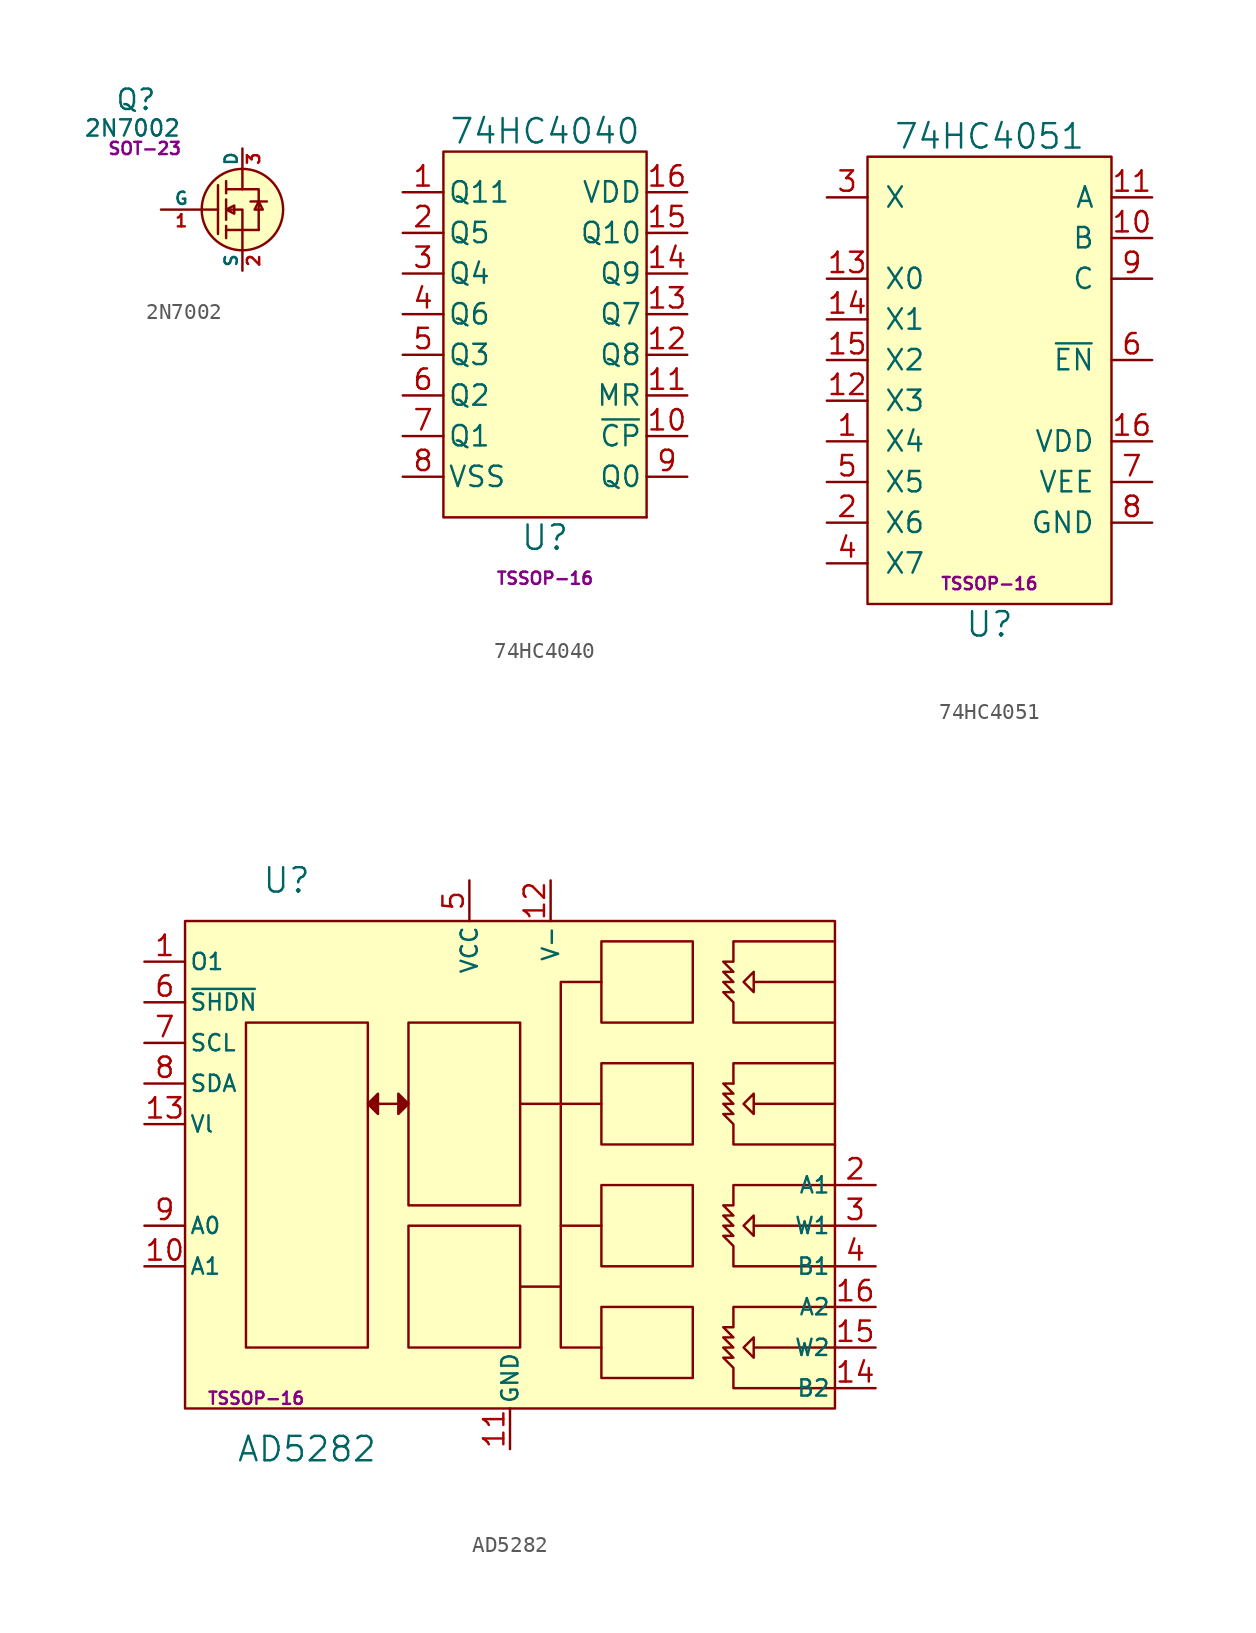
<source format=kicad_sym>
(kicad_symbol_lib
  (version 20220914)
  (generator kicad_symbol_editor)
  (symbol "2N7002"
    (pin_names
      (offset 0))
    (property "Reference" "Q"
      (at -5.334 6.858 0)
      (effects (font (size 1.27 1.27)) (justify right)))
    (property "Value" "2N7002"
      (at -3.81 5.08 0)
      (effects (font (size 1.016 1.016)) (justify right)))
    (property "Footprint" "SOT-23"
      (at -6.096 3.81 0)
      (effects (font (size 0.762 0.762))))
    (property "Datasheet" ""
      (at -1.27 0 0)
      (effects (font (size 1.524 1.524))))
    (symbol "2N7002_0_1"
      (polyline (pts (xy -2.54 0) (xy -1.524 0)) (stroke (width 0) (type default)) (fill (type none)))
      (polyline (pts (xy -1.524 -1.524) (xy -1.524 1.524)) (stroke (width 0) (type default)) (fill (type none)))
      (polyline (pts (xy -1.016 -1.016) (xy -1.016 -1.778)) (stroke (width 0) (type default)) (fill (type none)))
      (polyline (pts (xy -1.016 0.635) (xy -1.016 -0.635)) (stroke (width 0) (type default)) (fill (type none)))
      (polyline (pts (xy -1.016 1.27) (xy 0 1.27)) (stroke (width 0) (type default)) (fill (type none)))
      (polyline (pts (xy -1.016 1.778) (xy -1.016 1.016)) (stroke (width 0) (type default)) (fill (type none)))
      (polyline (pts (xy 0 -1.27) (xy -1.016 -1.27)) (stroke (width 0) (type default)) (fill (type none)))
      (polyline (pts (xy 0 -1.27) (xy 0 -2.54)) (stroke (width 0) (type default)) (fill (type none)))
      (polyline (pts (xy 0 2.54) (xy 0 1.27)) (stroke (width 0) (type default)) (fill (type none)))
      (polyline (pts (xy 0.508 0.508) (xy 1.524 0.508)) (stroke (width 0) (type default)) (fill (type none)))
      (polyline (pts (xy 1.016 -1.27) (xy 0 -1.27)) (stroke (width 0) (type default)) (fill (type none)))
      (polyline (pts (xy 0 -1.27) (xy 0 0) (xy -1.016 0)) (stroke (width 0) (type default)) (fill (type none)))
      (polyline (pts (xy 0 1.27) (xy 1.016 1.27) (xy 1.016 -1.27)) (stroke (width 0) (type default)) (fill (type none)))
      (polyline (pts (xy -1.016 0) (xy -0.508 0.254) (xy -0.508 -0.254) (xy -1.016 0)) (stroke (width 0) (type default)) (fill (type none)))
      (polyline (pts (xy 1.016 0.508) (xy 0.762 0) (xy 1.27 0) (xy 1.016 0.508)) (stroke (width 0) (type default)) (fill (type none)))
      (circle (center 0 0) (radius 2.54) (stroke (width 0) (type default)) (fill (type background))))
    (symbol "2N7002_1_1"
      (pin input line (at -5.08 0 0) (length 2.54) (name "G" (effects (font (size 0.762 0.762)))) (number "1" (effects (font (size 0.762 0.762)))))
      (pin passive line (at 0 -3.81 90) (length 1.27) (name "S" (effects (font (size 0.762 0.762)))) (number "2" (effects (font (size 0.762 0.762)))))
      (pin passive line (at 0 3.81 270) (length 1.27) (name "D" (effects (font (size 0.762 0.762)))) (number "3" (effects (font (size 0.762 0.762)))))))
  (symbol "74HC4040"
    (pin_names
      (offset 0.254))
    (property "Reference" "U"
      (at 0 -12.7 0)
      (effects (font (size 1.524 1.524))))
    (property "Value" "74HC4040"
      (at 0 12.7 0)
      (effects (font (size 1.524 1.524))))
    (property "Footprint" "TSSOP-16"
      (at 0 -15.24 0)
      (effects (font (size 0.762 0.762))))
    (property "Datasheet" ""
      (at 0 0 0)
      (effects (font (size 1.524 1.524))))
    (symbol "74HC4040_0_1"
      (rectangle (start -6.35 11.43) (end 6.35 -11.43) (stroke (width 0) (type default)) (fill (type background)))
      (rectangle (start 6.35 -11.43) (end 6.35 -11.43) (stroke (width 0) (type default)) (fill (type none))))
    (symbol "74HC4040_1_1"
      (pin bidirectional line (at -8.89 8.89 0) (length 2.54) (name "Q11" (effects (font (size 1.27 1.27)))) (number "1" (effects (font (size 1.27 1.27)))))
      (pin bidirectional line (at 8.89 -6.35 180) (length 2.54) (name "~{CP}" (effects (font (size 1.27 1.27)))) (number "10" (effects (font (size 1.27 1.27)))))
      (pin bidirectional line (at 8.89 -3.81 180) (length 2.54) (name "MR" (effects (font (size 1.27 1.27)))) (number "11" (effects (font (size 1.27 1.27)))))
      (pin bidirectional line (at 8.89 -1.27 180) (length 2.54) (name "Q8" (effects (font (size 1.27 1.27)))) (number "12" (effects (font (size 1.27 1.27)))))
      (pin bidirectional line (at 8.89 1.27 180) (length 2.54) (name "Q7" (effects (font (size 1.27 1.27)))) (number "13" (effects (font (size 1.27 1.27)))))
      (pin bidirectional line (at 8.89 3.81 180) (length 2.54) (name "Q9" (effects (font (size 1.27 1.27)))) (number "14" (effects (font (size 1.27 1.27)))))
      (pin bidirectional line (at 8.89 6.35 180) (length 2.54) (name "Q10" (effects (font (size 1.27 1.27)))) (number "15" (effects (font (size 1.27 1.27)))))
      (pin bidirectional line (at 8.89 8.89 180) (length 2.54) (name "VDD" (effects (font (size 1.27 1.27)))) (number "16" (effects (font (size 1.27 1.27)))))
      (pin bidirectional line (at -8.89 6.35 0) (length 2.54) (name "Q5" (effects (font (size 1.27 1.27)))) (number "2" (effects (font (size 1.27 1.27)))))
      (pin bidirectional line (at -8.89 3.81 0) (length 2.54) (name "Q4" (effects (font (size 1.27 1.27)))) (number "3" (effects (font (size 1.27 1.27)))))
      (pin bidirectional line (at -8.89 1.27 0) (length 2.54) (name "Q6" (effects (font (size 1.27 1.27)))) (number "4" (effects (font (size 1.27 1.27)))))
      (pin bidirectional line (at -8.89 -1.27 0) (length 2.54) (name "Q3" (effects (font (size 1.27 1.27)))) (number "5" (effects (font (size 1.27 1.27)))))
      (pin bidirectional line (at -8.89 -3.81 0) (length 2.54) (name "Q2" (effects (font (size 1.27 1.27)))) (number "6" (effects (font (size 1.27 1.27)))))
      (pin bidirectional line (at -8.89 -6.35 0) (length 2.54) (name "Q1" (effects (font (size 1.27 1.27)))) (number "7" (effects (font (size 1.27 1.27)))))
      (pin bidirectional line (at -8.89 -8.89 0) (length 2.54) (name "VSS" (effects (font (size 1.27 1.27)))) (number "8" (effects (font (size 1.27 1.27)))))
      (pin bidirectional line (at 8.89 -8.89 180) (length 2.54) (name "Q0" (effects (font (size 1.27 1.27)))) (number "9" (effects (font (size 1.27 1.27)))))))
  (symbol "74HC4051"
    (pin_names
      (offset 1.016))
    (property "Reference" "U"
      (at 0 -15.24 0)
      (effects (font (size 1.524 1.524))))
    (property "Value" "74HC4051"
      (at 0 15.24 0)
      (effects (font (size 1.524 1.524))))
    (property "Footprint" "TSSOP-16"
      (at 0 -12.7 0)
      (effects (font (size 0.762 0.762))))
    (property "Datasheet" ""
      (at 0 0 0)
      (effects (font (size 1.524 1.524))))
    (symbol "74HC4051_0_1"
      (rectangle (start -7.62 13.97) (end 7.62 -13.97) (stroke (width 0) (type default)) (fill (type background))))
    (symbol "74HC4051_1_1"
      (pin bidirectional line (at -10.16 -3.81 0) (length 2.54) (name "X4" (effects (font (size 1.27 1.27)))) (number "1" (effects (font (size 1.27 1.27)))))
      (pin bidirectional line (at 10.16 8.89 180) (length 2.54) (name "B" (effects (font (size 1.27 1.27)))) (number "10" (effects (font (size 1.27 1.27)))))
      (pin bidirectional line (at 10.16 11.43 180) (length 2.54) (name "A" (effects (font (size 1.27 1.27)))) (number "11" (effects (font (size 1.27 1.27)))))
      (pin bidirectional line (at -10.16 -1.27 0) (length 2.54) (name "X3" (effects (font (size 1.27 1.27)))) (number "12" (effects (font (size 1.27 1.27)))))
      (pin bidirectional line (at -10.16 6.35 0) (length 2.54) (name "X0" (effects (font (size 1.27 1.27)))) (number "13" (effects (font (size 1.27 1.27)))))
      (pin bidirectional line (at -10.16 3.81 0) (length 2.54) (name "X1" (effects (font (size 1.27 1.27)))) (number "14" (effects (font (size 1.27 1.27)))))
      (pin bidirectional line (at -10.16 1.27 0) (length 2.54) (name "X2" (effects (font (size 1.27 1.27)))) (number "15" (effects (font (size 1.27 1.27)))))
      (pin bidirectional line (at 10.16 -3.81 180) (length 2.54) (name "VDD" (effects (font (size 1.27 1.27)))) (number "16" (effects (font (size 1.27 1.27)))))
      (pin bidirectional line (at -10.16 -8.89 0) (length 2.54) (name "X6" (effects (font (size 1.27 1.27)))) (number "2" (effects (font (size 1.27 1.27)))))
      (pin bidirectional line (at -10.16 11.43 0) (length 2.54) (name "X" (effects (font (size 1.27 1.27)))) (number "3" (effects (font (size 1.27 1.27)))))
      (pin bidirectional line (at -10.16 -11.43 0) (length 2.54) (name "X7" (effects (font (size 1.27 1.27)))) (number "4" (effects (font (size 1.27 1.27)))))
      (pin bidirectional line (at -10.16 -6.35 0) (length 2.54) (name "X5" (effects (font (size 1.27 1.27)))) (number "5" (effects (font (size 1.27 1.27)))))
      (pin bidirectional line (at 10.16 1.27 180) (length 2.54) (name "~{EN}" (effects (font (size 1.27 1.27)))) (number "6" (effects (font (size 1.27 1.27)))))
      (pin bidirectional line (at 10.16 -6.35 180) (length 2.54) (name "VEE" (effects (font (size 1.27 1.27)))) (number "7" (effects (font (size 1.27 1.27)))))
      (pin bidirectional line (at 10.16 -8.89 180) (length 2.54) (name "GND" (effects (font (size 1.27 1.27)))) (number "8" (effects (font (size 1.27 1.27)))))
      (pin bidirectional line (at 10.16 6.35 180) (length 2.54) (name "C" (effects (font (size 1.27 1.27)))) (number "9" (effects (font (size 1.27 1.27)))))))
  (symbol "AD5282"
    (pin_names
      (offset 0.254))
    (property "Reference" "U"
      (at -13.97 17.78 0)
      (effects (font (size 1.524 1.524))))
    (property "Value" "AD5282"
      (at -12.7 -17.78 0)
      (effects (font (size 1.524 1.524))))
    (property "Footprint" "TSSOP-16"
      (at -15.875 -14.605 0)
      (effects (font (size 0.762 0.762))))
    (property "Datasheet" ""
      (at 0 0 0)
      (effects (font (size 1.524 1.524))))
    (symbol "AD5282_0_1"
      (rectangle (start -16.51 8.89) (end -8.89 -11.43) (stroke (width 0) (type default)) (fill (type none)))
      (rectangle (start -6.35 -3.81) (end 0.635 -11.43) (stroke (width 0) (type default)) (fill (type none)))
      (rectangle (start -6.35 8.89) (end 0.635 -2.54) (stroke (width 0) (type default)) (fill (type none)))
      (polyline (pts (xy 3.175 -7.62) (xy 0.635 -7.62)) (stroke (width 0) (type default)) (fill (type none)))
      (polyline (pts (xy 3.175 3.81) (xy 0.635 3.81)) (stroke (width 0) (type default)) (fill (type none)))
      (polyline (pts (xy 3.175 3.81) (xy 3.175 -3.81) (xy 5.715 -3.81)) (stroke (width 0) (type default)) (fill (type none)))
      (polyline (pts (xy 20.32 6.35) (xy 13.97 6.35) (xy 13.97 5.08)) (stroke (width 0) (type default)) (fill (type none)))
      (polyline (pts (xy -6.35 3.81) (xy -6.985 4.445) (xy -6.985 3.175) (xy -6.35 3.81)) (stroke (width 0) (type default)) (fill (type outline)))
      (polyline (pts (xy 3.175 -3.81) (xy 3.175 -10.795) (xy 3.175 -11.43) (xy 5.715 -11.43)) (stroke (width 0) (type default)) (fill (type none)))
      (polyline (pts (xy 5.715 11.43) (xy 3.175 11.43) (xy 3.175 3.81) (xy 5.715 3.81)) (stroke (width 0) (type default)) (fill (type none)))
      (polyline (pts (xy 20.32 8.89) (xy 13.97 8.89) (xy 13.97 10.16) (xy 13.335 10.795) (xy 13.97 10.795)) (stroke (width 0) (type default)) (fill (type none)))
      (polyline (pts (xy -8.89 3.81) (xy -6.35 3.81) (xy -8.89 3.81) (xy -8.255 4.445) (xy -8.255 3.175) (xy -8.89 3.81)) (stroke (width 0) (type default)) (fill (type outline)))
      (polyline (pts (xy 20.32 -11.43) (xy 15.24 -11.43) (xy 15.24 -10.795) (xy 14.605 -11.43) (xy 15.24 -12.065) (xy 15.24 -11.43)) (stroke (width 0) (type default)) (fill (type none)))
      (polyline (pts (xy 20.32 -3.81) (xy 15.24 -3.81) (xy 15.24 -3.175) (xy 14.605 -3.81) (xy 15.24 -4.445) (xy 15.24 -3.81)) (stroke (width 0) (type default)) (fill (type none)))
      (polyline (pts (xy 20.32 3.81) (xy 15.24 3.81) (xy 15.24 4.445) (xy 14.605 3.81) (xy 15.24 3.175) (xy 15.24 3.81)) (stroke (width 0) (type default)) (fill (type none)))
      (polyline (pts (xy 20.32 11.43) (xy 15.24 11.43) (xy 15.24 12.065) (xy 14.605 11.43) (xy 15.24 10.795) (xy 15.24 11.43)) (stroke (width 0) (type default)) (fill (type none)))
      (polyline (pts (xy 20.32 13.97) (xy 13.97 13.97) (xy 13.97 12.7) (xy 13.335 12.7) (xy 13.97 12.065) (xy 13.335 12.065) (xy 13.97 11.43) (xy 13.335 11.43) (xy 13.97 10.795)) (stroke (width 0) (type default)) (fill (type none)))
      (polyline (pts (xy 13.97 5.08) (xy 13.335 5.08) (xy 13.97 4.445) (xy 13.335 4.445) (xy 13.97 3.81) (xy 13.335 3.81) (xy 13.97 3.175) (xy 13.335 3.175) (xy 13.97 2.54) (xy 13.97 1.27) (xy 20.32 1.27)) (stroke (width 0) (type default)) (fill (type none)))
      (polyline (pts (xy 20.32 -8.89) (xy 13.97 -8.89) (xy 13.97 -10.16) (xy 13.335 -10.16) (xy 13.97 -10.795) (xy 13.335 -10.795) (xy 13.97 -11.43) (xy 13.335 -11.43) (xy 13.97 -12.065) (xy 13.335 -12.065) (xy 13.97 -12.7) (xy 13.97 -13.97) (xy 20.32 -13.97)) (stroke (width 0) (type default)) (fill (type none)))
      (polyline (pts (xy 20.32 -1.27) (xy 13.97 -1.27) (xy 13.97 -2.54) (xy 13.335 -2.54) (xy 13.97 -3.175) (xy 13.335 -3.175) (xy 13.97 -3.81) (xy 13.335 -3.81) (xy 13.97 -4.445) (xy 13.335 -4.445) (xy 13.97 -5.08) (xy 13.97 -6.35) (xy 20.32 -6.35)) (stroke (width 0) (type default)) (fill (type none)))
      (rectangle (start 11.43 -8.89) (end 5.715 -13.335) (stroke (width 0) (type default)) (fill (type none)))
      (rectangle (start 11.43 -1.27) (end 5.715 -6.35) (stroke (width 0) (type default)) (fill (type none)))
      (rectangle (start 11.43 6.35) (end 5.715 1.27) (stroke (width 0) (type default)) (fill (type none)))
      (rectangle (start 11.43 13.97) (end 5.715 8.89) (stroke (width 0) (type default)) (fill (type none)))
      (rectangle (start 20.32 15.24) (end -20.32 -15.24) (stroke (width 0) (type default)) (fill (type background))))
    (symbol "AD5282_1_1"
      (pin input line (at -22.86 12.7 0) (length 2.54) (name "O1" (effects (font (size 1.016 1.016)))) (number "1" (effects (font (size 1.27 1.27)))))
      (pin input line (at -22.86 -6.35 0) (length 2.54) (name "A1" (effects (font (size 1.016 1.016)))) (number "10" (effects (font (size 1.27 1.27)))))
      (pin input line (at 0 -17.78 90) (length 2.54) (name "GND" (effects (font (size 1.016 1.016)))) (number "11" (effects (font (size 1.27 1.27)))))
      (pin input line (at 2.54 17.78 270) (length 2.54) (name "V-" (effects (font (size 1.016 1.016)))) (number "12" (effects (font (size 1.27 1.27)))))
      (pin input line (at -22.86 2.54 0) (length 2.54) (name "Vl" (effects (font (size 1.016 1.016)))) (number "13" (effects (font (size 1.27 1.27)))))
      (pin input line (at 22.86 -13.97 180) (length 2.54) (name "B2" (effects (font (size 1.016 1.016)))) (number "14" (effects (font (size 1.27 1.27)))))
      (pin input line (at 22.86 -11.43 180) (length 2.54) (name "W2" (effects (font (size 1.016 1.016)))) (number "15" (effects (font (size 1.27 1.27)))))
      (pin input line (at 22.86 -8.89 180) (length 2.54) (name "A2" (effects (font (size 1.016 1.016)))) (number "16" (effects (font (size 1.27 1.27)))))
      (pin input line (at 22.86 -1.27 180) (length 2.54) (name "A1" (effects (font (size 1.016 1.016)))) (number "2" (effects (font (size 1.27 1.27)))))
      (pin input line (at 22.86 -3.81 180) (length 2.54) (name "W1" (effects (font (size 1.016 1.016)))) (number "3" (effects (font (size 1.27 1.27)))))
      (pin input line (at 22.86 -6.35 180) (length 2.54) (name "B1" (effects (font (size 1.016 1.016)))) (number "4" (effects (font (size 1.27 1.27)))))
      (pin input line (at -2.54 17.78 270) (length 2.54) (name "VCC" (effects (font (size 1.016 1.016)))) (number "5" (effects (font (size 1.27 1.27)))))
      (pin input line (at -22.86 10.16 0) (length 2.54) (name "~{SHDN}" (effects (font (size 1.016 1.016)))) (number "6" (effects (font (size 1.27 1.27)))))
      (pin input line (at -22.86 7.62 0) (length 2.54) (name "SCL" (effects (font (size 1.016 1.016)))) (number "7" (effects (font (size 1.27 1.27)))))
      (pin input line (at -22.86 5.08 0) (length 2.54) (name "SDA" (effects (font (size 1.016 1.016)))) (number "8" (effects (font (size 1.27 1.27)))))
      (pin input line (at -22.86 -3.81 0) (length 2.54) (name "A0" (effects (font (size 1.016 1.016)))) (number "9" (effects (font (size 1.27 1.27))))))))
</source>
